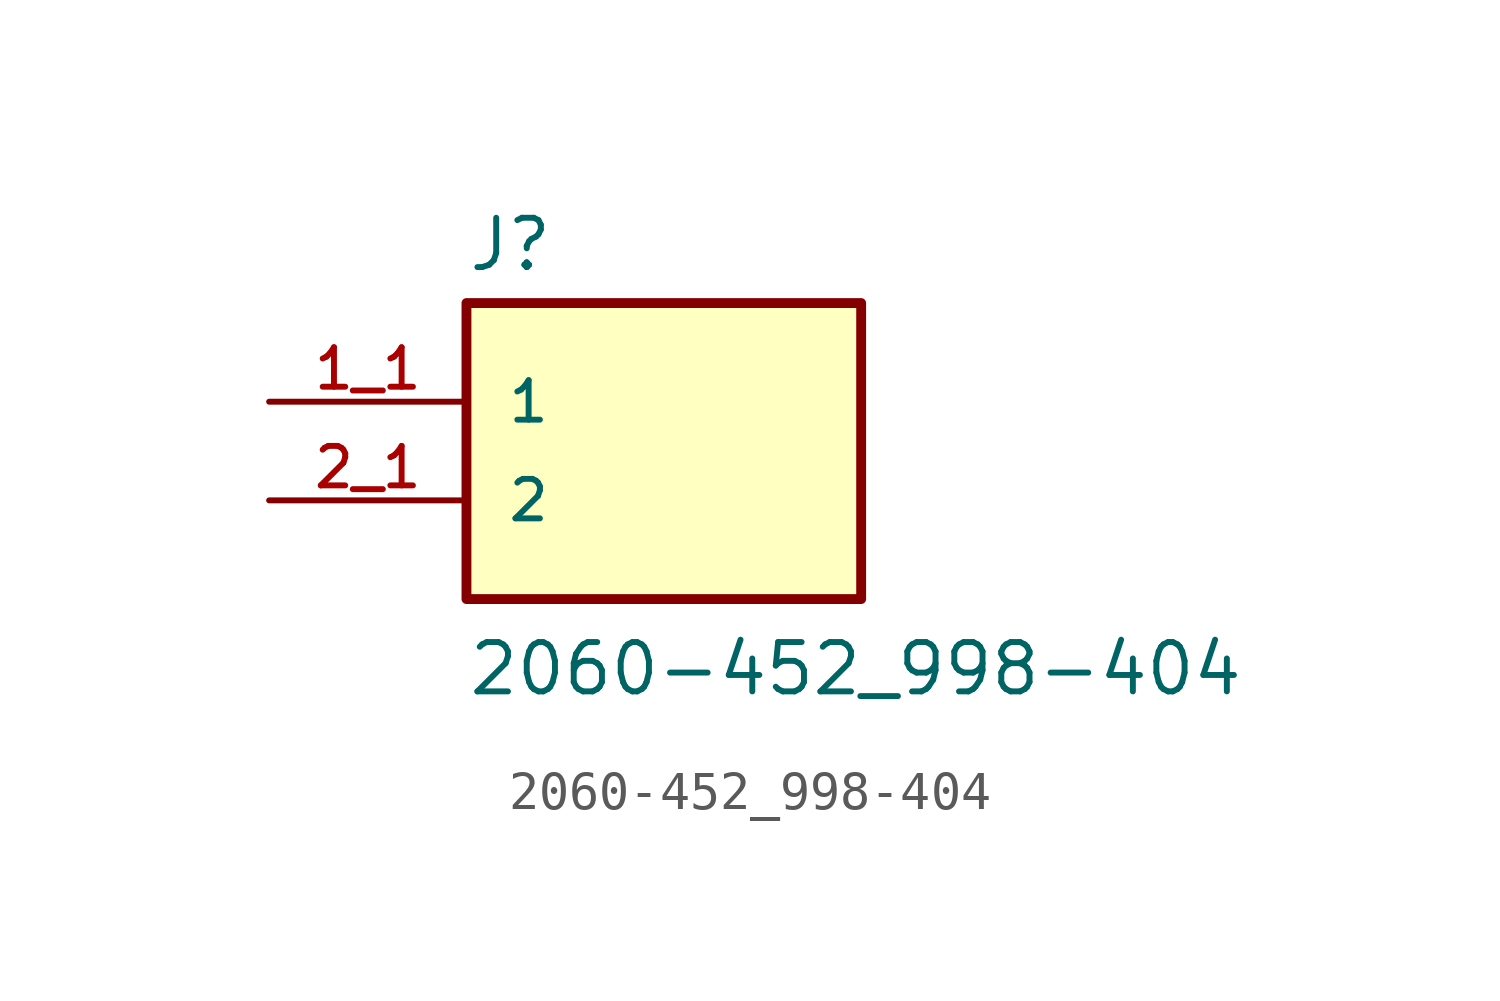
<source format=kicad_sym>
(kicad_symbol_lib
  (version 20211014)
  (generator kicad_symbol_editor)
  (symbol "2060-452_998-404"
    (pin_names
      (offset 1.016))
    (property "Reference" "J"
      (at -5.08 5.842 0)
      (effects (font (size 1.27 1.27)) (justify bottom left)))
    (property "Value" "2060-452_998-404"
      (at -5.08 -5.08 0)
      (effects (font (size 1.27 1.27)) (justify bottom left)))
    (symbol "2060-452_998-404_0_0"
      (rectangle (start -5.08 -2.54) (end 5.08 5.08) (stroke (width 0.254)) (fill (type background)))
      (pin passive line (at -10.16 2.54 0) (length 5.08) (name "1" (effects (font (size 1.016 1.016)))) (number "1_1" (effects (font (size 1.016 1.016)))))
      (pin passive line (at -10.16 0.0 0) (length 5.08) (name "2" (effects (font (size 1.016 1.016)))) (number "2_1" (effects (font (size 1.016 1.016))))))))
</source>
